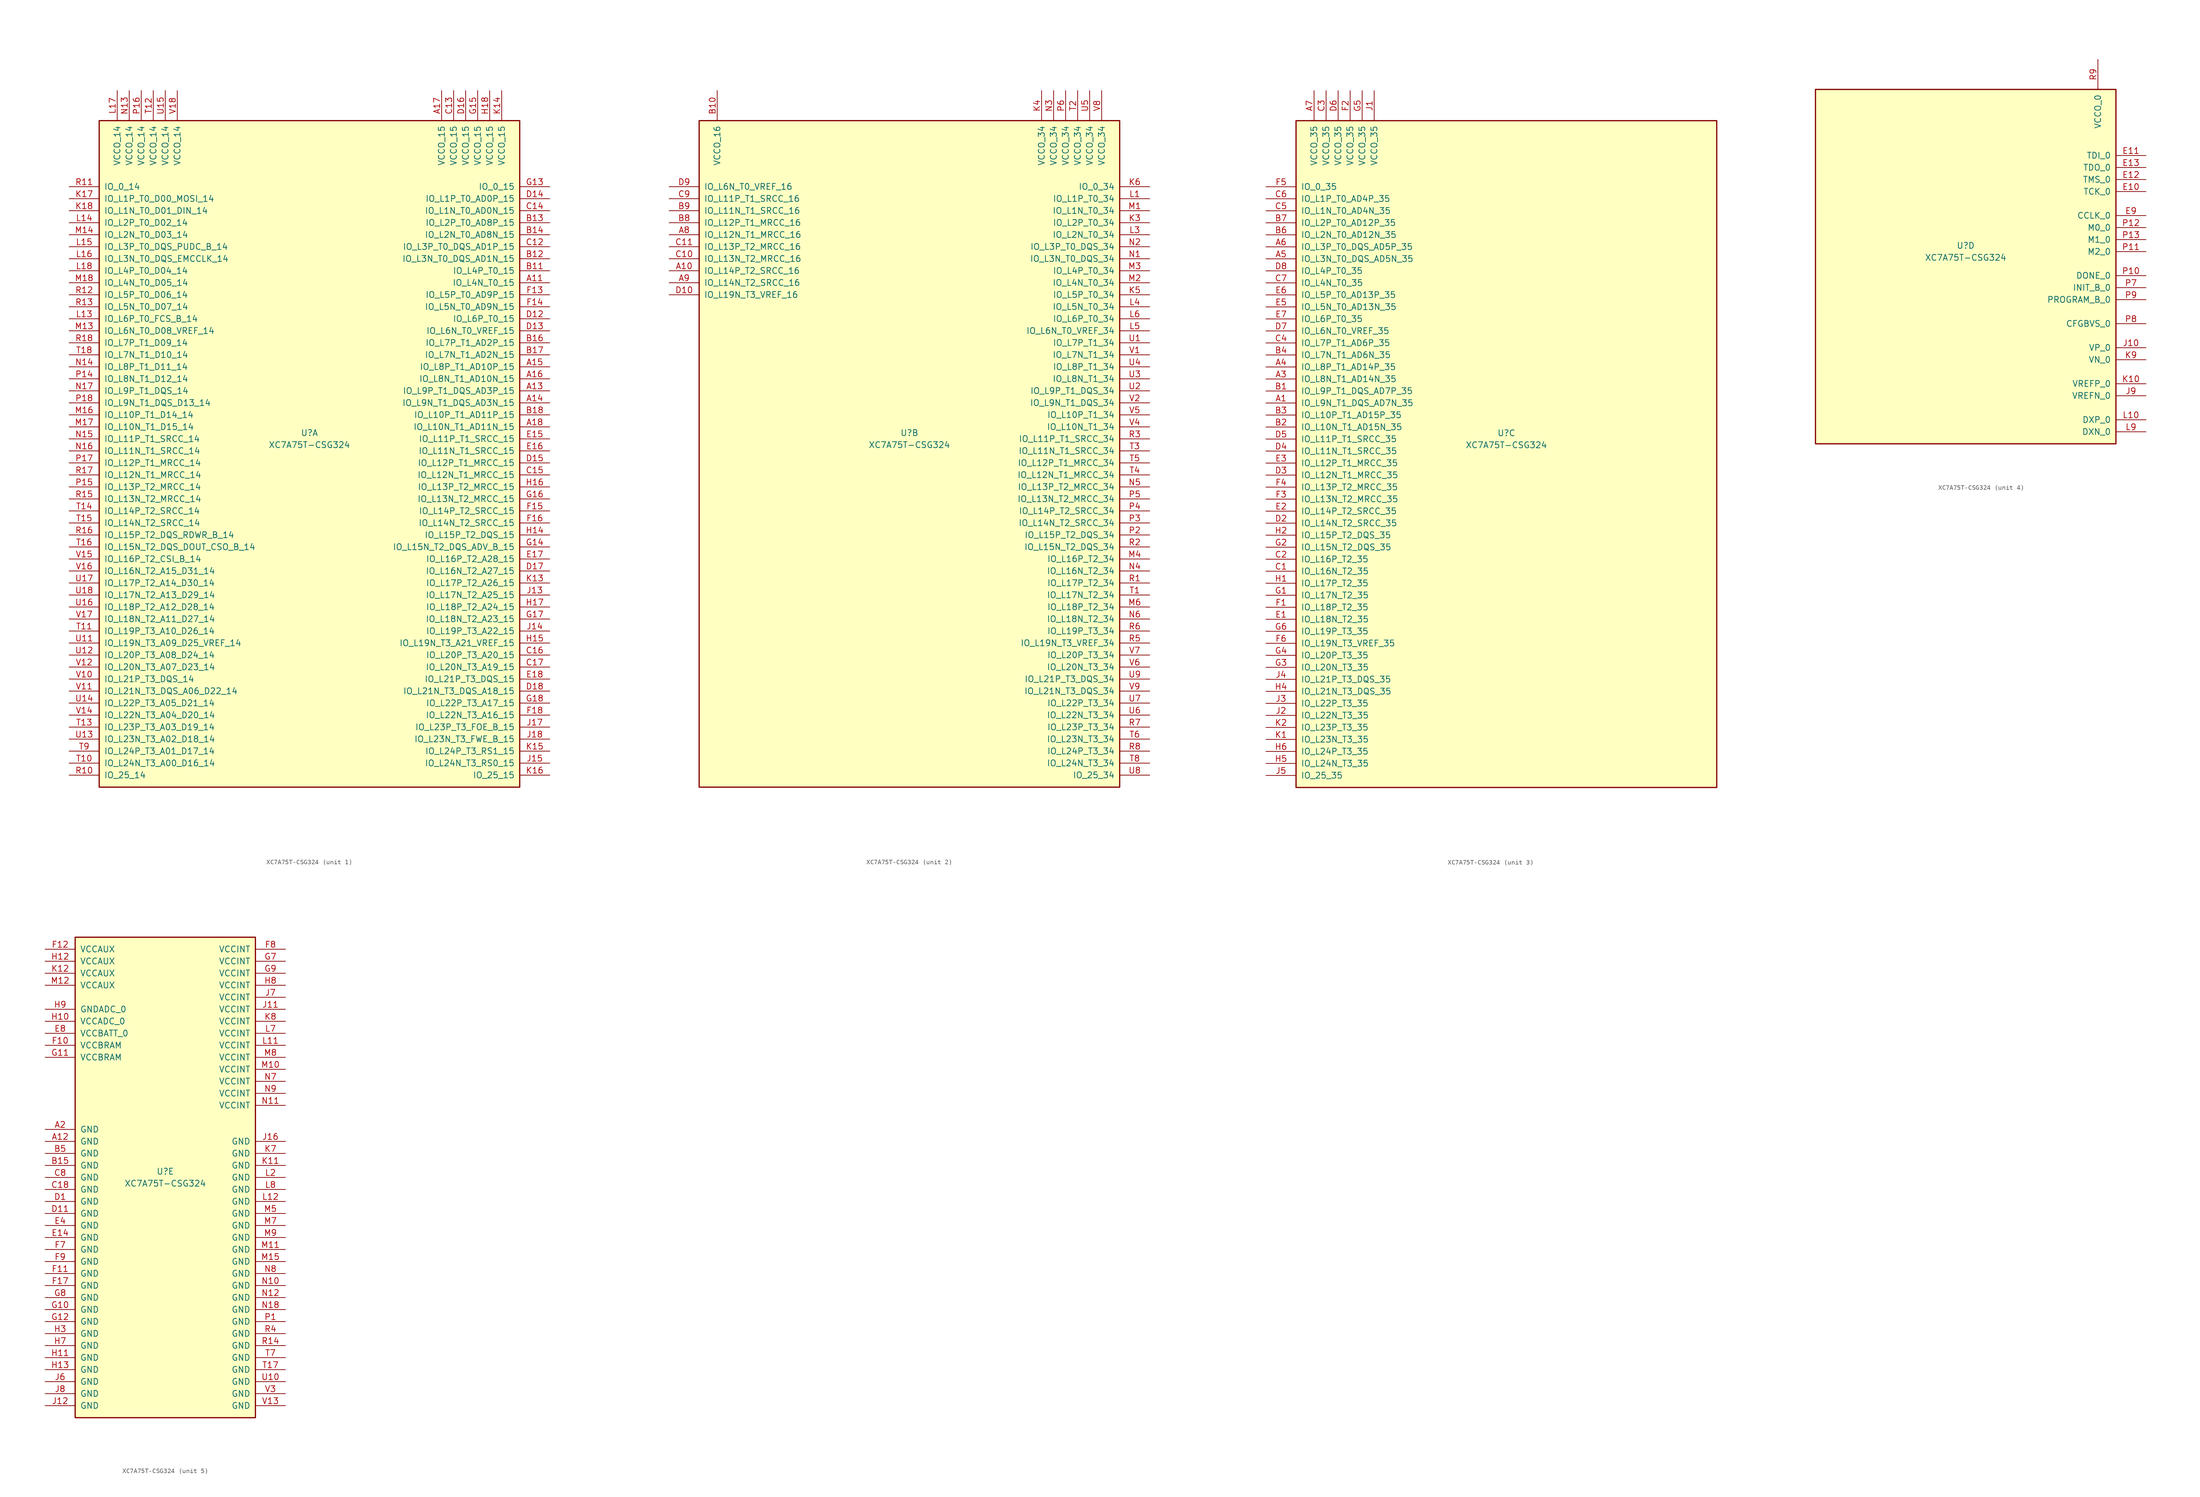
<source format=kicad_sym>
(kicad_symbol_lib
  (version 20231120)
  (generator "kicad_symbol_editor")
  (generator_version "8.0")
  (symbol "XC7A75T-CSG324"
    (pin_names
      (offset 1.016))
    (property "Reference" "U"
      (at 0 1.27 0)
      (effects (font (size 1.27 1.27))))
    (property "Value" "XC7A75T-CSG324"
      (at 0 -1.27 0)
      (effects (font (size 1.27 1.27))))
    (property "Datasheet" ""
      (at 0 0 0)
      (effects (font (size 1.27 1.27))))
    (property "ki_locked" ""
      (at 0 0 0)
      (effects (font (size 1.27 1.27))))
    (symbol "XC7A75T-CSG324_1_1"
      (rectangle (start -44.45 67.31) (end 44.45 -73.66) (stroke (width 0.254) (type solid)) (fill (type background)))
      (pin bidirectional line (at 50.8 33.02 180) (length 6.35) (name "IO_L4N_T0_15" (effects (font (size 1.27 1.27)))) (number "A11" (effects (font (size 1.27 1.27)))))
      (pin bidirectional line (at 50.8 10.16 180) (length 6.35) (name "IO_L9P_T1_DQS_AD3P_15" (effects (font (size 1.27 1.27)))) (number "A13" (effects (font (size 1.27 1.27)))))
      (pin bidirectional line (at 50.8 7.62 180) (length 6.35) (name "IO_L9N_T1_DQS_AD3N_15" (effects (font (size 1.27 1.27)))) (number "A14" (effects (font (size 1.27 1.27)))))
      (pin bidirectional line (at 50.8 15.24 180) (length 6.35) (name "IO_L8P_T1_AD10P_15" (effects (font (size 1.27 1.27)))) (number "A15" (effects (font (size 1.27 1.27)))))
      (pin bidirectional line (at 50.8 12.7 180) (length 6.35) (name "IO_L8N_T1_AD10N_15" (effects (font (size 1.27 1.27)))) (number "A16" (effects (font (size 1.27 1.27)))))
      (pin power_in line (at 27.94 73.66 270) (length 6.35) (name "VCCO_15" (effects (font (size 1.27 1.27)))) (number "A17" (effects (font (size 1.27 1.27)))))
      (pin bidirectional line (at 50.8 2.54 180) (length 6.35) (name "IO_L10N_T1_AD11N_15" (effects (font (size 1.27 1.27)))) (number "A18" (effects (font (size 1.27 1.27)))))
      (pin bidirectional line (at 50.8 35.56 180) (length 6.35) (name "IO_L4P_T0_15" (effects (font (size 1.27 1.27)))) (number "B11" (effects (font (size 1.27 1.27)))))
      (pin bidirectional line (at 50.8 38.1 180) (length 6.35) (name "IO_L3N_T0_DQS_AD1N_15" (effects (font (size 1.27 1.27)))) (number "B12" (effects (font (size 1.27 1.27)))))
      (pin bidirectional line (at 50.8 45.72 180) (length 6.35) (name "IO_L2P_T0_AD8P_15" (effects (font (size 1.27 1.27)))) (number "B13" (effects (font (size 1.27 1.27)))))
      (pin bidirectional line (at 50.8 43.18 180) (length 6.35) (name "IO_L2N_T0_AD8N_15" (effects (font (size 1.27 1.27)))) (number "B14" (effects (font (size 1.27 1.27)))))
      (pin bidirectional line (at 50.8 20.32 180) (length 6.35) (name "IO_L7P_T1_AD2P_15" (effects (font (size 1.27 1.27)))) (number "B16" (effects (font (size 1.27 1.27)))))
      (pin bidirectional line (at 50.8 17.78 180) (length 6.35) (name "IO_L7N_T1_AD2N_15" (effects (font (size 1.27 1.27)))) (number "B17" (effects (font (size 1.27 1.27)))))
      (pin bidirectional line (at 50.8 5.08 180) (length 6.35) (name "IO_L10P_T1_AD11P_15" (effects (font (size 1.27 1.27)))) (number "B18" (effects (font (size 1.27 1.27)))))
      (pin bidirectional line (at 50.8 40.64 180) (length 6.35) (name "IO_L3P_T0_DQS_AD1P_15" (effects (font (size 1.27 1.27)))) (number "C12" (effects (font (size 1.27 1.27)))))
      (pin power_in line (at 30.48 73.66 270) (length 6.35) (name "VCCO_15" (effects (font (size 1.27 1.27)))) (number "C13" (effects (font (size 1.27 1.27)))))
      (pin bidirectional line (at 50.8 48.26 180) (length 6.35) (name "IO_L1N_T0_AD0N_15" (effects (font (size 1.27 1.27)))) (number "C14" (effects (font (size 1.27 1.27)))))
      (pin bidirectional line (at 50.8 -7.62 180) (length 6.35) (name "IO_L12N_T1_MRCC_15" (effects (font (size 1.27 1.27)))) (number "C15" (effects (font (size 1.27 1.27)))))
      (pin bidirectional line (at 50.8 -45.72 180) (length 6.35) (name "IO_L20P_T3_A20_15" (effects (font (size 1.27 1.27)))) (number "C16" (effects (font (size 1.27 1.27)))))
      (pin bidirectional line (at 50.8 -48.26 180) (length 6.35) (name "IO_L20N_T3_A19_15" (effects (font (size 1.27 1.27)))) (number "C17" (effects (font (size 1.27 1.27)))))
      (pin bidirectional line (at 50.8 25.4 180) (length 6.35) (name "IO_L6P_T0_15" (effects (font (size 1.27 1.27)))) (number "D12" (effects (font (size 1.27 1.27)))))
      (pin bidirectional line (at 50.8 22.86 180) (length 6.35) (name "IO_L6N_T0_VREF_15" (effects (font (size 1.27 1.27)))) (number "D13" (effects (font (size 1.27 1.27)))))
      (pin bidirectional line (at 50.8 50.8 180) (length 6.35) (name "IO_L1P_T0_AD0P_15" (effects (font (size 1.27 1.27)))) (number "D14" (effects (font (size 1.27 1.27)))))
      (pin bidirectional line (at 50.8 -5.08 180) (length 6.35) (name "IO_L12P_T1_MRCC_15" (effects (font (size 1.27 1.27)))) (number "D15" (effects (font (size 1.27 1.27)))))
      (pin power_in line (at 33.02 73.66 270) (length 6.35) (name "VCCO_15" (effects (font (size 1.27 1.27)))) (number "D16" (effects (font (size 1.27 1.27)))))
      (pin bidirectional line (at 50.8 -27.94 180) (length 6.35) (name "IO_L16N_T2_A27_15" (effects (font (size 1.27 1.27)))) (number "D17" (effects (font (size 1.27 1.27)))))
      (pin bidirectional line (at 50.8 -53.34 180) (length 6.35) (name "IO_L21N_T3_DQS_A18_15" (effects (font (size 1.27 1.27)))) (number "D18" (effects (font (size 1.27 1.27)))))
      (pin bidirectional line (at 50.8 0 180) (length 6.35) (name "IO_L11P_T1_SRCC_15" (effects (font (size 1.27 1.27)))) (number "E15" (effects (font (size 1.27 1.27)))))
      (pin bidirectional line (at 50.8 -2.54 180) (length 6.35) (name "IO_L11N_T1_SRCC_15" (effects (font (size 1.27 1.27)))) (number "E16" (effects (font (size 1.27 1.27)))))
      (pin bidirectional line (at 50.8 -25.4 180) (length 6.35) (name "IO_L16P_T2_A28_15" (effects (font (size 1.27 1.27)))) (number "E17" (effects (font (size 1.27 1.27)))))
      (pin bidirectional line (at 50.8 -50.8 180) (length 6.35) (name "IO_L21P_T3_DQS_15" (effects (font (size 1.27 1.27)))) (number "E18" (effects (font (size 1.27 1.27)))))
      (pin bidirectional line (at 50.8 30.48 180) (length 6.35) (name "IO_L5P_T0_AD9P_15" (effects (font (size 1.27 1.27)))) (number "F13" (effects (font (size 1.27 1.27)))))
      (pin bidirectional line (at 50.8 27.94 180) (length 6.35) (name "IO_L5N_T0_AD9N_15" (effects (font (size 1.27 1.27)))) (number "F14" (effects (font (size 1.27 1.27)))))
      (pin bidirectional line (at 50.8 -15.24 180) (length 6.35) (name "IO_L14P_T2_SRCC_15" (effects (font (size 1.27 1.27)))) (number "F15" (effects (font (size 1.27 1.27)))))
      (pin bidirectional line (at 50.8 -17.78 180) (length 6.35) (name "IO_L14N_T2_SRCC_15" (effects (font (size 1.27 1.27)))) (number "F16" (effects (font (size 1.27 1.27)))))
      (pin bidirectional line (at 50.8 -58.42 180) (length 6.35) (name "IO_L22N_T3_A16_15" (effects (font (size 1.27 1.27)))) (number "F18" (effects (font (size 1.27 1.27)))))
      (pin bidirectional line (at 50.8 53.34 180) (length 6.35) (name "IO_0_15" (effects (font (size 1.27 1.27)))) (number "G13" (effects (font (size 1.27 1.27)))))
      (pin bidirectional line (at 50.8 -22.86 180) (length 6.35) (name "IO_L15N_T2_DQS_ADV_B_15" (effects (font (size 1.27 1.27)))) (number "G14" (effects (font (size 1.27 1.27)))))
      (pin power_in line (at 35.56 73.66 270) (length 6.35) (name "VCCO_15" (effects (font (size 1.27 1.27)))) (number "G15" (effects (font (size 1.27 1.27)))))
      (pin bidirectional line (at 50.8 -12.7 180) (length 6.35) (name "IO_L13N_T2_MRCC_15" (effects (font (size 1.27 1.27)))) (number "G16" (effects (font (size 1.27 1.27)))))
      (pin bidirectional line (at 50.8 -38.1 180) (length 6.35) (name "IO_L18N_T2_A23_15" (effects (font (size 1.27 1.27)))) (number "G17" (effects (font (size 1.27 1.27)))))
      (pin bidirectional line (at 50.8 -55.88 180) (length 6.35) (name "IO_L22P_T3_A17_15" (effects (font (size 1.27 1.27)))) (number "G18" (effects (font (size 1.27 1.27)))))
      (pin bidirectional line (at 50.8 -20.32 180) (length 6.35) (name "IO_L15P_T2_DQS_15" (effects (font (size 1.27 1.27)))) (number "H14" (effects (font (size 1.27 1.27)))))
      (pin bidirectional line (at 50.8 -43.18 180) (length 6.35) (name "IO_L19N_T3_A21_VREF_15" (effects (font (size 1.27 1.27)))) (number "H15" (effects (font (size 1.27 1.27)))))
      (pin bidirectional line (at 50.8 -10.16 180) (length 6.35) (name "IO_L13P_T2_MRCC_15" (effects (font (size 1.27 1.27)))) (number "H16" (effects (font (size 1.27 1.27)))))
      (pin bidirectional line (at 50.8 -35.56 180) (length 6.35) (name "IO_L18P_T2_A24_15" (effects (font (size 1.27 1.27)))) (number "H17" (effects (font (size 1.27 1.27)))))
      (pin power_in line (at 38.1 73.66 270) (length 6.35) (name "VCCO_15" (effects (font (size 1.27 1.27)))) (number "H18" (effects (font (size 1.27 1.27)))))
      (pin bidirectional line (at 50.8 -33.02 180) (length 6.35) (name "IO_L17N_T2_A25_15" (effects (font (size 1.27 1.27)))) (number "J13" (effects (font (size 1.27 1.27)))))
      (pin bidirectional line (at 50.8 -40.64 180) (length 6.35) (name "IO_L19P_T3_A22_15" (effects (font (size 1.27 1.27)))) (number "J14" (effects (font (size 1.27 1.27)))))
      (pin bidirectional line (at 50.8 -68.58 180) (length 6.35) (name "IO_L24N_T3_RS0_15" (effects (font (size 1.27 1.27)))) (number "J15" (effects (font (size 1.27 1.27)))))
      (pin bidirectional line (at 50.8 -60.96 180) (length 6.35) (name "IO_L23P_T3_FOE_B_15" (effects (font (size 1.27 1.27)))) (number "J17" (effects (font (size 1.27 1.27)))))
      (pin bidirectional line (at 50.8 -63.5 180) (length 6.35) (name "IO_L23N_T3_FWE_B_15" (effects (font (size 1.27 1.27)))) (number "J18" (effects (font (size 1.27 1.27)))))
      (pin bidirectional line (at 50.8 -30.48 180) (length 6.35) (name "IO_L17P_T2_A26_15" (effects (font (size 1.27 1.27)))) (number "K13" (effects (font (size 1.27 1.27)))))
      (pin power_in line (at 40.64 73.66 270) (length 6.35) (name "VCCO_15" (effects (font (size 1.27 1.27)))) (number "K14" (effects (font (size 1.27 1.27)))))
      (pin bidirectional line (at 50.8 -66.04 180) (length 6.35) (name "IO_L24P_T3_RS1_15" (effects (font (size 1.27 1.27)))) (number "K15" (effects (font (size 1.27 1.27)))))
      (pin bidirectional line (at 50.8 -71.12 180) (length 6.35) (name "IO_25_15" (effects (font (size 1.27 1.27)))) (number "K16" (effects (font (size 1.27 1.27)))))
      (pin bidirectional line (at -50.8 50.8 0) (length 6.35) (name "IO_L1P_T0_D00_MOSI_14" (effects (font (size 1.27 1.27)))) (number "K17" (effects (font (size 1.27 1.27)))))
      (pin bidirectional line (at -50.8 48.26 0) (length 6.35) (name "IO_L1N_T0_D01_DIN_14" (effects (font (size 1.27 1.27)))) (number "K18" (effects (font (size 1.27 1.27)))))
      (pin bidirectional line (at -50.8 25.4 0) (length 6.35) (name "IO_L6P_T0_FCS_B_14" (effects (font (size 1.27 1.27)))) (number "L13" (effects (font (size 1.27 1.27)))))
      (pin bidirectional line (at -50.8 45.72 0) (length 6.35) (name "IO_L2P_T0_D02_14" (effects (font (size 1.27 1.27)))) (number "L14" (effects (font (size 1.27 1.27)))))
      (pin bidirectional line (at -50.8 40.64 0) (length 6.35) (name "IO_L3P_T0_DQS_PUDC_B_14" (effects (font (size 1.27 1.27)))) (number "L15" (effects (font (size 1.27 1.27)))))
      (pin bidirectional line (at -50.8 38.1 0) (length 6.35) (name "IO_L3N_T0_DQS_EMCCLK_14" (effects (font (size 1.27 1.27)))) (number "L16" (effects (font (size 1.27 1.27)))))
      (pin power_in line (at -40.64 73.66 270) (length 6.35) (name "VCCO_14" (effects (font (size 1.27 1.27)))) (number "L17" (effects (font (size 1.27 1.27)))))
      (pin bidirectional line (at -50.8 35.56 0) (length 6.35) (name "IO_L4P_T0_D04_14" (effects (font (size 1.27 1.27)))) (number "L18" (effects (font (size 1.27 1.27)))))
      (pin bidirectional line (at -50.8 22.86 0) (length 6.35) (name "IO_L6N_T0_D08_VREF_14" (effects (font (size 1.27 1.27)))) (number "M13" (effects (font (size 1.27 1.27)))))
      (pin bidirectional line (at -50.8 43.18 0) (length 6.35) (name "IO_L2N_T0_D03_14" (effects (font (size 1.27 1.27)))) (number "M14" (effects (font (size 1.27 1.27)))))
      (pin bidirectional line (at -50.8 5.08 0) (length 6.35) (name "IO_L10P_T1_D14_14" (effects (font (size 1.27 1.27)))) (number "M16" (effects (font (size 1.27 1.27)))))
      (pin bidirectional line (at -50.8 2.54 0) (length 6.35) (name "IO_L10N_T1_D15_14" (effects (font (size 1.27 1.27)))) (number "M17" (effects (font (size 1.27 1.27)))))
      (pin bidirectional line (at -50.8 33.02 0) (length 6.35) (name "IO_L4N_T0_D05_14" (effects (font (size 1.27 1.27)))) (number "M18" (effects (font (size 1.27 1.27)))))
      (pin power_in line (at -38.1 73.66 270) (length 6.35) (name "VCCO_14" (effects (font (size 1.27 1.27)))) (number "N13" (effects (font (size 1.27 1.27)))))
      (pin bidirectional line (at -50.8 15.24 0) (length 6.35) (name "IO_L8P_T1_D11_14" (effects (font (size 1.27 1.27)))) (number "N14" (effects (font (size 1.27 1.27)))))
      (pin bidirectional line (at -50.8 0 0) (length 6.35) (name "IO_L11P_T1_SRCC_14" (effects (font (size 1.27 1.27)))) (number "N15" (effects (font (size 1.27 1.27)))))
      (pin bidirectional line (at -50.8 -2.54 0) (length 6.35) (name "IO_L11N_T1_SRCC_14" (effects (font (size 1.27 1.27)))) (number "N16" (effects (font (size 1.27 1.27)))))
      (pin bidirectional line (at -50.8 10.16 0) (length 6.35) (name "IO_L9P_T1_DQS_14" (effects (font (size 1.27 1.27)))) (number "N17" (effects (font (size 1.27 1.27)))))
      (pin bidirectional line (at -50.8 12.7 0) (length 6.35) (name "IO_L8N_T1_D12_14" (effects (font (size 1.27 1.27)))) (number "P14" (effects (font (size 1.27 1.27)))))
      (pin bidirectional line (at -50.8 -10.16 0) (length 6.35) (name "IO_L13P_T2_MRCC_14" (effects (font (size 1.27 1.27)))) (number "P15" (effects (font (size 1.27 1.27)))))
      (pin power_in line (at -35.56 73.66 270) (length 6.35) (name "VCCO_14" (effects (font (size 1.27 1.27)))) (number "P16" (effects (font (size 1.27 1.27)))))
      (pin bidirectional line (at -50.8 -5.08 0) (length 6.35) (name "IO_L12P_T1_MRCC_14" (effects (font (size 1.27 1.27)))) (number "P17" (effects (font (size 1.27 1.27)))))
      (pin bidirectional line (at -50.8 7.62 0) (length 6.35) (name "IO_L9N_T1_DQS_D13_14" (effects (font (size 1.27 1.27)))) (number "P18" (effects (font (size 1.27 1.27)))))
      (pin bidirectional line (at -50.8 -71.12 0) (length 6.35) (name "IO_25_14" (effects (font (size 1.27 1.27)))) (number "R10" (effects (font (size 1.27 1.27)))))
      (pin bidirectional line (at -50.8 53.34 0) (length 6.35) (name "IO_0_14" (effects (font (size 1.27 1.27)))) (number "R11" (effects (font (size 1.27 1.27)))))
      (pin bidirectional line (at -50.8 30.48 0) (length 6.35) (name "IO_L5P_T0_D06_14" (effects (font (size 1.27 1.27)))) (number "R12" (effects (font (size 1.27 1.27)))))
      (pin bidirectional line (at -50.8 27.94 0) (length 6.35) (name "IO_L5N_T0_D07_14" (effects (font (size 1.27 1.27)))) (number "R13" (effects (font (size 1.27 1.27)))))
      (pin bidirectional line (at -50.8 -12.7 0) (length 6.35) (name "IO_L13N_T2_MRCC_14" (effects (font (size 1.27 1.27)))) (number "R15" (effects (font (size 1.27 1.27)))))
      (pin bidirectional line (at -50.8 -20.32 0) (length 6.35) (name "IO_L15P_T2_DQS_RDWR_B_14" (effects (font (size 1.27 1.27)))) (number "R16" (effects (font (size 1.27 1.27)))))
      (pin bidirectional line (at -50.8 -7.62 0) (length 6.35) (name "IO_L12N_T1_MRCC_14" (effects (font (size 1.27 1.27)))) (number "R17" (effects (font (size 1.27 1.27)))))
      (pin bidirectional line (at -50.8 20.32 0) (length 6.35) (name "IO_L7P_T1_D09_14" (effects (font (size 1.27 1.27)))) (number "R18" (effects (font (size 1.27 1.27)))))
      (pin bidirectional line (at -50.8 -68.58 0) (length 6.35) (name "IO_L24N_T3_A00_D16_14" (effects (font (size 1.27 1.27)))) (number "T10" (effects (font (size 1.27 1.27)))))
      (pin bidirectional line (at -50.8 -40.64 0) (length 6.35) (name "IO_L19P_T3_A10_D26_14" (effects (font (size 1.27 1.27)))) (number "T11" (effects (font (size 1.27 1.27)))))
      (pin power_in line (at -33.02 73.66 270) (length 6.35) (name "VCCO_14" (effects (font (size 1.27 1.27)))) (number "T12" (effects (font (size 1.27 1.27)))))
      (pin bidirectional line (at -50.8 -60.96 0) (length 6.35) (name "IO_L23P_T3_A03_D19_14" (effects (font (size 1.27 1.27)))) (number "T13" (effects (font (size 1.27 1.27)))))
      (pin bidirectional line (at -50.8 -15.24 0) (length 6.35) (name "IO_L14P_T2_SRCC_14" (effects (font (size 1.27 1.27)))) (number "T14" (effects (font (size 1.27 1.27)))))
      (pin bidirectional line (at -50.8 -17.78 0) (length 6.35) (name "IO_L14N_T2_SRCC_14" (effects (font (size 1.27 1.27)))) (number "T15" (effects (font (size 1.27 1.27)))))
      (pin bidirectional line (at -50.8 -22.86 0) (length 6.35) (name "IO_L15N_T2_DQS_DOUT_CSO_B_14" (effects (font (size 1.27 1.27)))) (number "T16" (effects (font (size 1.27 1.27)))))
      (pin bidirectional line (at -50.8 17.78 0) (length 6.35) (name "IO_L7N_T1_D10_14" (effects (font (size 1.27 1.27)))) (number "T18" (effects (font (size 1.27 1.27)))))
      (pin bidirectional line (at -50.8 -66.04 0) (length 6.35) (name "IO_L24P_T3_A01_D17_14" (effects (font (size 1.27 1.27)))) (number "T9" (effects (font (size 1.27 1.27)))))
      (pin bidirectional line (at -50.8 -43.18 0) (length 6.35) (name "IO_L19N_T3_A09_D25_VREF_14" (effects (font (size 1.27 1.27)))) (number "U11" (effects (font (size 1.27 1.27)))))
      (pin bidirectional line (at -50.8 -45.72 0) (length 6.35) (name "IO_L20P_T3_A08_D24_14" (effects (font (size 1.27 1.27)))) (number "U12" (effects (font (size 1.27 1.27)))))
      (pin bidirectional line (at -50.8 -63.5 0) (length 6.35) (name "IO_L23N_T3_A02_D18_14" (effects (font (size 1.27 1.27)))) (number "U13" (effects (font (size 1.27 1.27)))))
      (pin bidirectional line (at -50.8 -55.88 0) (length 6.35) (name "IO_L22P_T3_A05_D21_14" (effects (font (size 1.27 1.27)))) (number "U14" (effects (font (size 1.27 1.27)))))
      (pin power_in line (at -30.48 73.66 270) (length 6.35) (name "VCCO_14" (effects (font (size 1.27 1.27)))) (number "U15" (effects (font (size 1.27 1.27)))))
      (pin bidirectional line (at -50.8 -35.56 0) (length 6.35) (name "IO_L18P_T2_A12_D28_14" (effects (font (size 1.27 1.27)))) (number "U16" (effects (font (size 1.27 1.27)))))
      (pin bidirectional line (at -50.8 -30.48 0) (length 6.35) (name "IO_L17P_T2_A14_D30_14" (effects (font (size 1.27 1.27)))) (number "U17" (effects (font (size 1.27 1.27)))))
      (pin bidirectional line (at -50.8 -33.02 0) (length 6.35) (name "IO_L17N_T2_A13_D29_14" (effects (font (size 1.27 1.27)))) (number "U18" (effects (font (size 1.27 1.27)))))
      (pin bidirectional line (at -50.8 -50.8 0) (length 6.35) (name "IO_L21P_T3_DQS_14" (effects (font (size 1.27 1.27)))) (number "V10" (effects (font (size 1.27 1.27)))))
      (pin bidirectional line (at -50.8 -53.34 0) (length 6.35) (name "IO_L21N_T3_DQS_A06_D22_14" (effects (font (size 1.27 1.27)))) (number "V11" (effects (font (size 1.27 1.27)))))
      (pin bidirectional line (at -50.8 -48.26 0) (length 6.35) (name "IO_L20N_T3_A07_D23_14" (effects (font (size 1.27 1.27)))) (number "V12" (effects (font (size 1.27 1.27)))))
      (pin bidirectional line (at -50.8 -58.42 0) (length 6.35) (name "IO_L22N_T3_A04_D20_14" (effects (font (size 1.27 1.27)))) (number "V14" (effects (font (size 1.27 1.27)))))
      (pin bidirectional line (at -50.8 -25.4 0) (length 6.35) (name "IO_L16P_T2_CSI_B_14" (effects (font (size 1.27 1.27)))) (number "V15" (effects (font (size 1.27 1.27)))))
      (pin bidirectional line (at -50.8 -27.94 0) (length 6.35) (name "IO_L16N_T2_A15_D31_14" (effects (font (size 1.27 1.27)))) (number "V16" (effects (font (size 1.27 1.27)))))
      (pin bidirectional line (at -50.8 -38.1 0) (length 6.35) (name "IO_L18N_T2_A11_D27_14" (effects (font (size 1.27 1.27)))) (number "V17" (effects (font (size 1.27 1.27)))))
      (pin power_in line (at -27.94 73.66 270) (length 6.35) (name "VCCO_14" (effects (font (size 1.27 1.27)))) (number "V18" (effects (font (size 1.27 1.27))))))
    (symbol "XC7A75T-CSG324_2_1"
      (rectangle (start -44.45 67.31) (end 44.45 -73.66) (stroke (width 0.254) (type solid)) (fill (type background)))
      (pin bidirectional line (at -50.8 35.56 0) (length 6.35) (name "IO_L14P_T2_SRCC_16" (effects (font (size 1.27 1.27)))) (number "A10" (effects (font (size 1.27 1.27)))))
      (pin bidirectional line (at -50.8 43.18 0) (length 6.35) (name "IO_L12N_T1_MRCC_16" (effects (font (size 1.27 1.27)))) (number "A8" (effects (font (size 1.27 1.27)))))
      (pin bidirectional line (at -50.8 33.02 0) (length 6.35) (name "IO_L14N_T2_SRCC_16" (effects (font (size 1.27 1.27)))) (number "A9" (effects (font (size 1.27 1.27)))))
      (pin power_in line (at -40.64 73.66 270) (length 6.35) (name "VCCO_16" (effects (font (size 1.27 1.27)))) (number "B10" (effects (font (size 1.27 1.27)))))
      (pin bidirectional line (at -50.8 45.72 0) (length 6.35) (name "IO_L12P_T1_MRCC_16" (effects (font (size 1.27 1.27)))) (number "B8" (effects (font (size 1.27 1.27)))))
      (pin bidirectional line (at -50.8 48.26 0) (length 6.35) (name "IO_L11N_T1_SRCC_16" (effects (font (size 1.27 1.27)))) (number "B9" (effects (font (size 1.27 1.27)))))
      (pin bidirectional line (at -50.8 38.1 0) (length 6.35) (name "IO_L13N_T2_MRCC_16" (effects (font (size 1.27 1.27)))) (number "C10" (effects (font (size 1.27 1.27)))))
      (pin bidirectional line (at -50.8 40.64 0) (length 6.35) (name "IO_L13P_T2_MRCC_16" (effects (font (size 1.27 1.27)))) (number "C11" (effects (font (size 1.27 1.27)))))
      (pin bidirectional line (at -50.8 50.8 0) (length 6.35) (name "IO_L11P_T1_SRCC_16" (effects (font (size 1.27 1.27)))) (number "C9" (effects (font (size 1.27 1.27)))))
      (pin bidirectional line (at -50.8 30.48 0) (length 6.35) (name "IO_L19N_T3_VREF_16" (effects (font (size 1.27 1.27)))) (number "D10" (effects (font (size 1.27 1.27)))))
      (pin bidirectional line (at -50.8 53.34 0) (length 6.35) (name "IO_L6N_T0_VREF_16" (effects (font (size 1.27 1.27)))) (number "D9" (effects (font (size 1.27 1.27)))))
      (pin bidirectional line (at 50.8 45.72 180) (length 6.35) (name "IO_L2P_T0_34" (effects (font (size 1.27 1.27)))) (number "K3" (effects (font (size 1.27 1.27)))))
      (pin power_in line (at 27.94 73.66 270) (length 6.35) (name "VCCO_34" (effects (font (size 1.27 1.27)))) (number "K4" (effects (font (size 1.27 1.27)))))
      (pin bidirectional line (at 50.8 30.48 180) (length 6.35) (name "IO_L5P_T0_34" (effects (font (size 1.27 1.27)))) (number "K5" (effects (font (size 1.27 1.27)))))
      (pin bidirectional line (at 50.8 53.34 180) (length 6.35) (name "IO_0_34" (effects (font (size 1.27 1.27)))) (number "K6" (effects (font (size 1.27 1.27)))))
      (pin bidirectional line (at 50.8 50.8 180) (length 6.35) (name "IO_L1P_T0_34" (effects (font (size 1.27 1.27)))) (number "L1" (effects (font (size 1.27 1.27)))))
      (pin bidirectional line (at 50.8 43.18 180) (length 6.35) (name "IO_L2N_T0_34" (effects (font (size 1.27 1.27)))) (number "L3" (effects (font (size 1.27 1.27)))))
      (pin bidirectional line (at 50.8 27.94 180) (length 6.35) (name "IO_L5N_T0_34" (effects (font (size 1.27 1.27)))) (number "L4" (effects (font (size 1.27 1.27)))))
      (pin bidirectional line (at 50.8 22.86 180) (length 6.35) (name "IO_L6N_T0_VREF_34" (effects (font (size 1.27 1.27)))) (number "L5" (effects (font (size 1.27 1.27)))))
      (pin bidirectional line (at 50.8 25.4 180) (length 6.35) (name "IO_L6P_T0_34" (effects (font (size 1.27 1.27)))) (number "L6" (effects (font (size 1.27 1.27)))))
      (pin bidirectional line (at 50.8 48.26 180) (length 6.35) (name "IO_L1N_T0_34" (effects (font (size 1.27 1.27)))) (number "M1" (effects (font (size 1.27 1.27)))))
      (pin bidirectional line (at 50.8 33.02 180) (length 6.35) (name "IO_L4N_T0_34" (effects (font (size 1.27 1.27)))) (number "M2" (effects (font (size 1.27 1.27)))))
      (pin bidirectional line (at 50.8 35.56 180) (length 6.35) (name "IO_L4P_T0_34" (effects (font (size 1.27 1.27)))) (number "M3" (effects (font (size 1.27 1.27)))))
      (pin bidirectional line (at 50.8 -25.4 180) (length 6.35) (name "IO_L16P_T2_34" (effects (font (size 1.27 1.27)))) (number "M4" (effects (font (size 1.27 1.27)))))
      (pin bidirectional line (at 50.8 -35.56 180) (length 6.35) (name "IO_L18P_T2_34" (effects (font (size 1.27 1.27)))) (number "M6" (effects (font (size 1.27 1.27)))))
      (pin bidirectional line (at 50.8 38.1 180) (length 6.35) (name "IO_L3N_T0_DQS_34" (effects (font (size 1.27 1.27)))) (number "N1" (effects (font (size 1.27 1.27)))))
      (pin bidirectional line (at 50.8 40.64 180) (length 6.35) (name "IO_L3P_T0_DQS_34" (effects (font (size 1.27 1.27)))) (number "N2" (effects (font (size 1.27 1.27)))))
      (pin power_in line (at 30.48 73.66 270) (length 6.35) (name "VCCO_34" (effects (font (size 1.27 1.27)))) (number "N3" (effects (font (size 1.27 1.27)))))
      (pin bidirectional line (at 50.8 -27.94 180) (length 6.35) (name "IO_L16N_T2_34" (effects (font (size 1.27 1.27)))) (number "N4" (effects (font (size 1.27 1.27)))))
      (pin bidirectional line (at 50.8 -10.16 180) (length 6.35) (name "IO_L13P_T2_MRCC_34" (effects (font (size 1.27 1.27)))) (number "N5" (effects (font (size 1.27 1.27)))))
      (pin bidirectional line (at 50.8 -38.1 180) (length 6.35) (name "IO_L18N_T2_34" (effects (font (size 1.27 1.27)))) (number "N6" (effects (font (size 1.27 1.27)))))
      (pin bidirectional line (at 50.8 -20.32 180) (length 6.35) (name "IO_L15P_T2_DQS_34" (effects (font (size 1.27 1.27)))) (number "P2" (effects (font (size 1.27 1.27)))))
      (pin bidirectional line (at 50.8 -17.78 180) (length 6.35) (name "IO_L14N_T2_SRCC_34" (effects (font (size 1.27 1.27)))) (number "P3" (effects (font (size 1.27 1.27)))))
      (pin bidirectional line (at 50.8 -15.24 180) (length 6.35) (name "IO_L14P_T2_SRCC_34" (effects (font (size 1.27 1.27)))) (number "P4" (effects (font (size 1.27 1.27)))))
      (pin bidirectional line (at 50.8 -12.7 180) (length 6.35) (name "IO_L13N_T2_MRCC_34" (effects (font (size 1.27 1.27)))) (number "P5" (effects (font (size 1.27 1.27)))))
      (pin power_in line (at 33.02 73.66 270) (length 6.35) (name "VCCO_34" (effects (font (size 1.27 1.27)))) (number "P6" (effects (font (size 1.27 1.27)))))
      (pin bidirectional line (at 50.8 -30.48 180) (length 6.35) (name "IO_L17P_T2_34" (effects (font (size 1.27 1.27)))) (number "R1" (effects (font (size 1.27 1.27)))))
      (pin bidirectional line (at 50.8 -22.86 180) (length 6.35) (name "IO_L15N_T2_DQS_34" (effects (font (size 1.27 1.27)))) (number "R2" (effects (font (size 1.27 1.27)))))
      (pin bidirectional line (at 50.8 0 180) (length 6.35) (name "IO_L11P_T1_SRCC_34" (effects (font (size 1.27 1.27)))) (number "R3" (effects (font (size 1.27 1.27)))))
      (pin bidirectional line (at 50.8 -43.18 180) (length 6.35) (name "IO_L19N_T3_VREF_34" (effects (font (size 1.27 1.27)))) (number "R5" (effects (font (size 1.27 1.27)))))
      (pin bidirectional line (at 50.8 -40.64 180) (length 6.35) (name "IO_L19P_T3_34" (effects (font (size 1.27 1.27)))) (number "R6" (effects (font (size 1.27 1.27)))))
      (pin bidirectional line (at 50.8 -60.96 180) (length 6.35) (name "IO_L23P_T3_34" (effects (font (size 1.27 1.27)))) (number "R7" (effects (font (size 1.27 1.27)))))
      (pin bidirectional line (at 50.8 -66.04 180) (length 6.35) (name "IO_L24P_T3_34" (effects (font (size 1.27 1.27)))) (number "R8" (effects (font (size 1.27 1.27)))))
      (pin bidirectional line (at 50.8 -33.02 180) (length 6.35) (name "IO_L17N_T2_34" (effects (font (size 1.27 1.27)))) (number "T1" (effects (font (size 1.27 1.27)))))
      (pin power_in line (at 35.56 73.66 270) (length 6.35) (name "VCCO_34" (effects (font (size 1.27 1.27)))) (number "T2" (effects (font (size 1.27 1.27)))))
      (pin bidirectional line (at 50.8 -2.54 180) (length 6.35) (name "IO_L11N_T1_SRCC_34" (effects (font (size 1.27 1.27)))) (number "T3" (effects (font (size 1.27 1.27)))))
      (pin bidirectional line (at 50.8 -7.62 180) (length 6.35) (name "IO_L12N_T1_MRCC_34" (effects (font (size 1.27 1.27)))) (number "T4" (effects (font (size 1.27 1.27)))))
      (pin bidirectional line (at 50.8 -5.08 180) (length 6.35) (name "IO_L12P_T1_MRCC_34" (effects (font (size 1.27 1.27)))) (number "T5" (effects (font (size 1.27 1.27)))))
      (pin bidirectional line (at 50.8 -63.5 180) (length 6.35) (name "IO_L23N_T3_34" (effects (font (size 1.27 1.27)))) (number "T6" (effects (font (size 1.27 1.27)))))
      (pin bidirectional line (at 50.8 -68.58 180) (length 6.35) (name "IO_L24N_T3_34" (effects (font (size 1.27 1.27)))) (number "T8" (effects (font (size 1.27 1.27)))))
      (pin bidirectional line (at 50.8 20.32 180) (length 6.35) (name "IO_L7P_T1_34" (effects (font (size 1.27 1.27)))) (number "U1" (effects (font (size 1.27 1.27)))))
      (pin bidirectional line (at 50.8 10.16 180) (length 6.35) (name "IO_L9P_T1_DQS_34" (effects (font (size 1.27 1.27)))) (number "U2" (effects (font (size 1.27 1.27)))))
      (pin bidirectional line (at 50.8 12.7 180) (length 6.35) (name "IO_L8N_T1_34" (effects (font (size 1.27 1.27)))) (number "U3" (effects (font (size 1.27 1.27)))))
      (pin bidirectional line (at 50.8 15.24 180) (length 6.35) (name "IO_L8P_T1_34" (effects (font (size 1.27 1.27)))) (number "U4" (effects (font (size 1.27 1.27)))))
      (pin power_in line (at 38.1 73.66 270) (length 6.35) (name "VCCO_34" (effects (font (size 1.27 1.27)))) (number "U5" (effects (font (size 1.27 1.27)))))
      (pin bidirectional line (at 50.8 -58.42 180) (length 6.35) (name "IO_L22N_T3_34" (effects (font (size 1.27 1.27)))) (number "U6" (effects (font (size 1.27 1.27)))))
      (pin bidirectional line (at 50.8 -55.88 180) (length 6.35) (name "IO_L22P_T3_34" (effects (font (size 1.27 1.27)))) (number "U7" (effects (font (size 1.27 1.27)))))
      (pin bidirectional line (at 50.8 -71.12 180) (length 6.35) (name "IO_25_34" (effects (font (size 1.27 1.27)))) (number "U8" (effects (font (size 1.27 1.27)))))
      (pin bidirectional line (at 50.8 -50.8 180) (length 6.35) (name "IO_L21P_T3_DQS_34" (effects (font (size 1.27 1.27)))) (number "U9" (effects (font (size 1.27 1.27)))))
      (pin bidirectional line (at 50.8 17.78 180) (length 6.35) (name "IO_L7N_T1_34" (effects (font (size 1.27 1.27)))) (number "V1" (effects (font (size 1.27 1.27)))))
      (pin bidirectional line (at 50.8 7.62 180) (length 6.35) (name "IO_L9N_T1_DQS_34" (effects (font (size 1.27 1.27)))) (number "V2" (effects (font (size 1.27 1.27)))))
      (pin bidirectional line (at 50.8 2.54 180) (length 6.35) (name "IO_L10N_T1_34" (effects (font (size 1.27 1.27)))) (number "V4" (effects (font (size 1.27 1.27)))))
      (pin bidirectional line (at 50.8 5.08 180) (length 6.35) (name "IO_L10P_T1_34" (effects (font (size 1.27 1.27)))) (number "V5" (effects (font (size 1.27 1.27)))))
      (pin bidirectional line (at 50.8 -48.26 180) (length 6.35) (name "IO_L20N_T3_34" (effects (font (size 1.27 1.27)))) (number "V6" (effects (font (size 1.27 1.27)))))
      (pin bidirectional line (at 50.8 -45.72 180) (length 6.35) (name "IO_L20P_T3_34" (effects (font (size 1.27 1.27)))) (number "V7" (effects (font (size 1.27 1.27)))))
      (pin power_in line (at 40.64 73.66 270) (length 6.35) (name "VCCO_34" (effects (font (size 1.27 1.27)))) (number "V8" (effects (font (size 1.27 1.27)))))
      (pin bidirectional line (at 50.8 -53.34 180) (length 6.35) (name "IO_L21N_T3_DQS_34" (effects (font (size 1.27 1.27)))) (number "V9" (effects (font (size 1.27 1.27))))))
    (symbol "XC7A75T-CSG324_3_1"
      (rectangle (start -44.45 67.31) (end 44.45 -73.66) (stroke (width 0.254) (type solid)) (fill (type background)))
      (pin bidirectional line (at -50.8 7.62 0) (length 6.35) (name "IO_L9N_T1_DQS_AD7N_35" (effects (font (size 1.27 1.27)))) (number "A1" (effects (font (size 1.27 1.27)))))
      (pin bidirectional line (at -50.8 12.7 0) (length 6.35) (name "IO_L8N_T1_AD14N_35" (effects (font (size 1.27 1.27)))) (number "A3" (effects (font (size 1.27 1.27)))))
      (pin bidirectional line (at -50.8 15.24 0) (length 6.35) (name "IO_L8P_T1_AD14P_35" (effects (font (size 1.27 1.27)))) (number "A4" (effects (font (size 1.27 1.27)))))
      (pin bidirectional line (at -50.8 38.1 0) (length 6.35) (name "IO_L3N_T0_DQS_AD5N_35" (effects (font (size 1.27 1.27)))) (number "A5" (effects (font (size 1.27 1.27)))))
      (pin bidirectional line (at -50.8 40.64 0) (length 6.35) (name "IO_L3P_T0_DQS_AD5P_35" (effects (font (size 1.27 1.27)))) (number "A6" (effects (font (size 1.27 1.27)))))
      (pin power_in line (at -40.64 73.66 270) (length 6.35) (name "VCCO_35" (effects (font (size 1.27 1.27)))) (number "A7" (effects (font (size 1.27 1.27)))))
      (pin bidirectional line (at -50.8 10.16 0) (length 6.35) (name "IO_L9P_T1_DQS_AD7P_35" (effects (font (size 1.27 1.27)))) (number "B1" (effects (font (size 1.27 1.27)))))
      (pin bidirectional line (at -50.8 2.54 0) (length 6.35) (name "IO_L10N_T1_AD15N_35" (effects (font (size 1.27 1.27)))) (number "B2" (effects (font (size 1.27 1.27)))))
      (pin bidirectional line (at -50.8 5.08 0) (length 6.35) (name "IO_L10P_T1_AD15P_35" (effects (font (size 1.27 1.27)))) (number "B3" (effects (font (size 1.27 1.27)))))
      (pin bidirectional line (at -50.8 17.78 0) (length 6.35) (name "IO_L7N_T1_AD6N_35" (effects (font (size 1.27 1.27)))) (number "B4" (effects (font (size 1.27 1.27)))))
      (pin bidirectional line (at -50.8 43.18 0) (length 6.35) (name "IO_L2N_T0_AD12N_35" (effects (font (size 1.27 1.27)))) (number "B6" (effects (font (size 1.27 1.27)))))
      (pin bidirectional line (at -50.8 45.72 0) (length 6.35) (name "IO_L2P_T0_AD12P_35" (effects (font (size 1.27 1.27)))) (number "B7" (effects (font (size 1.27 1.27)))))
      (pin bidirectional line (at -50.8 -27.94 0) (length 6.35) (name "IO_L16N_T2_35" (effects (font (size 1.27 1.27)))) (number "C1" (effects (font (size 1.27 1.27)))))
      (pin bidirectional line (at -50.8 -25.4 0) (length 6.35) (name "IO_L16P_T2_35" (effects (font (size 1.27 1.27)))) (number "C2" (effects (font (size 1.27 1.27)))))
      (pin power_in line (at -38.1 73.66 270) (length 6.35) (name "VCCO_35" (effects (font (size 1.27 1.27)))) (number "C3" (effects (font (size 1.27 1.27)))))
      (pin bidirectional line (at -50.8 20.32 0) (length 6.35) (name "IO_L7P_T1_AD6P_35" (effects (font (size 1.27 1.27)))) (number "C4" (effects (font (size 1.27 1.27)))))
      (pin bidirectional line (at -50.8 48.26 0) (length 6.35) (name "IO_L1N_T0_AD4N_35" (effects (font (size 1.27 1.27)))) (number "C5" (effects (font (size 1.27 1.27)))))
      (pin bidirectional line (at -50.8 50.8 0) (length 6.35) (name "IO_L1P_T0_AD4P_35" (effects (font (size 1.27 1.27)))) (number "C6" (effects (font (size 1.27 1.27)))))
      (pin bidirectional line (at -50.8 33.02 0) (length 6.35) (name "IO_L4N_T0_35" (effects (font (size 1.27 1.27)))) (number "C7" (effects (font (size 1.27 1.27)))))
      (pin bidirectional line (at -50.8 -17.78 0) (length 6.35) (name "IO_L14N_T2_SRCC_35" (effects (font (size 1.27 1.27)))) (number "D2" (effects (font (size 1.27 1.27)))))
      (pin bidirectional line (at -50.8 -7.62 0) (length 6.35) (name "IO_L12N_T1_MRCC_35" (effects (font (size 1.27 1.27)))) (number "D3" (effects (font (size 1.27 1.27)))))
      (pin bidirectional line (at -50.8 -2.54 0) (length 6.35) (name "IO_L11N_T1_SRCC_35" (effects (font (size 1.27 1.27)))) (number "D4" (effects (font (size 1.27 1.27)))))
      (pin bidirectional line (at -50.8 0 0) (length 6.35) (name "IO_L11P_T1_SRCC_35" (effects (font (size 1.27 1.27)))) (number "D5" (effects (font (size 1.27 1.27)))))
      (pin power_in line (at -35.56 73.66 270) (length 6.35) (name "VCCO_35" (effects (font (size 1.27 1.27)))) (number "D6" (effects (font (size 1.27 1.27)))))
      (pin bidirectional line (at -50.8 22.86 0) (length 6.35) (name "IO_L6N_T0_VREF_35" (effects (font (size 1.27 1.27)))) (number "D7" (effects (font (size 1.27 1.27)))))
      (pin bidirectional line (at -50.8 35.56 0) (length 6.35) (name "IO_L4P_T0_35" (effects (font (size 1.27 1.27)))) (number "D8" (effects (font (size 1.27 1.27)))))
      (pin bidirectional line (at -50.8 -38.1 0) (length 6.35) (name "IO_L18N_T2_35" (effects (font (size 1.27 1.27)))) (number "E1" (effects (font (size 1.27 1.27)))))
      (pin bidirectional line (at -50.8 -15.24 0) (length 6.35) (name "IO_L14P_T2_SRCC_35" (effects (font (size 1.27 1.27)))) (number "E2" (effects (font (size 1.27 1.27)))))
      (pin bidirectional line (at -50.8 -5.08 0) (length 6.35) (name "IO_L12P_T1_MRCC_35" (effects (font (size 1.27 1.27)))) (number "E3" (effects (font (size 1.27 1.27)))))
      (pin bidirectional line (at -50.8 27.94 0) (length 6.35) (name "IO_L5N_T0_AD13N_35" (effects (font (size 1.27 1.27)))) (number "E5" (effects (font (size 1.27 1.27)))))
      (pin bidirectional line (at -50.8 30.48 0) (length 6.35) (name "IO_L5P_T0_AD13P_35" (effects (font (size 1.27 1.27)))) (number "E6" (effects (font (size 1.27 1.27)))))
      (pin bidirectional line (at -50.8 25.4 0) (length 6.35) (name "IO_L6P_T0_35" (effects (font (size 1.27 1.27)))) (number "E7" (effects (font (size 1.27 1.27)))))
      (pin bidirectional line (at -50.8 -35.56 0) (length 6.35) (name "IO_L18P_T2_35" (effects (font (size 1.27 1.27)))) (number "F1" (effects (font (size 1.27 1.27)))))
      (pin power_in line (at -33.02 73.66 270) (length 6.35) (name "VCCO_35" (effects (font (size 1.27 1.27)))) (number "F2" (effects (font (size 1.27 1.27)))))
      (pin bidirectional line (at -50.8 -12.7 0) (length 6.35) (name "IO_L13N_T2_MRCC_35" (effects (font (size 1.27 1.27)))) (number "F3" (effects (font (size 1.27 1.27)))))
      (pin bidirectional line (at -50.8 -10.16 0) (length 6.35) (name "IO_L13P_T2_MRCC_35" (effects (font (size 1.27 1.27)))) (number "F4" (effects (font (size 1.27 1.27)))))
      (pin bidirectional line (at -50.8 53.34 0) (length 6.35) (name "IO_0_35" (effects (font (size 1.27 1.27)))) (number "F5" (effects (font (size 1.27 1.27)))))
      (pin bidirectional line (at -50.8 -43.18 0) (length 6.35) (name "IO_L19N_T3_VREF_35" (effects (font (size 1.27 1.27)))) (number "F6" (effects (font (size 1.27 1.27)))))
      (pin bidirectional line (at -50.8 -33.02 0) (length 6.35) (name "IO_L17N_T2_35" (effects (font (size 1.27 1.27)))) (number "G1" (effects (font (size 1.27 1.27)))))
      (pin bidirectional line (at -50.8 -22.86 0) (length 6.35) (name "IO_L15N_T2_DQS_35" (effects (font (size 1.27 1.27)))) (number "G2" (effects (font (size 1.27 1.27)))))
      (pin bidirectional line (at -50.8 -48.26 0) (length 6.35) (name "IO_L20N_T3_35" (effects (font (size 1.27 1.27)))) (number "G3" (effects (font (size 1.27 1.27)))))
      (pin bidirectional line (at -50.8 -45.72 0) (length 6.35) (name "IO_L20P_T3_35" (effects (font (size 1.27 1.27)))) (number "G4" (effects (font (size 1.27 1.27)))))
      (pin power_in line (at -30.48 73.66 270) (length 6.35) (name "VCCO_35" (effects (font (size 1.27 1.27)))) (number "G5" (effects (font (size 1.27 1.27)))))
      (pin bidirectional line (at -50.8 -40.64 0) (length 6.35) (name "IO_L19P_T3_35" (effects (font (size 1.27 1.27)))) (number "G6" (effects (font (size 1.27 1.27)))))
      (pin bidirectional line (at -50.8 -30.48 0) (length 6.35) (name "IO_L17P_T2_35" (effects (font (size 1.27 1.27)))) (number "H1" (effects (font (size 1.27 1.27)))))
      (pin bidirectional line (at -50.8 -20.32 0) (length 6.35) (name "IO_L15P_T2_DQS_35" (effects (font (size 1.27 1.27)))) (number "H2" (effects (font (size 1.27 1.27)))))
      (pin bidirectional line (at -50.8 -53.34 0) (length 6.35) (name "IO_L21N_T3_DQS_35" (effects (font (size 1.27 1.27)))) (number "H4" (effects (font (size 1.27 1.27)))))
      (pin bidirectional line (at -50.8 -68.58 0) (length 6.35) (name "IO_L24N_T3_35" (effects (font (size 1.27 1.27)))) (number "H5" (effects (font (size 1.27 1.27)))))
      (pin bidirectional line (at -50.8 -66.04 0) (length 6.35) (name "IO_L24P_T3_35" (effects (font (size 1.27 1.27)))) (number "H6" (effects (font (size 1.27 1.27)))))
      (pin power_in line (at -27.94 73.66 270) (length 6.35) (name "VCCO_35" (effects (font (size 1.27 1.27)))) (number "J1" (effects (font (size 1.27 1.27)))))
      (pin bidirectional line (at -50.8 -58.42 0) (length 6.35) (name "IO_L22N_T3_35" (effects (font (size 1.27 1.27)))) (number "J2" (effects (font (size 1.27 1.27)))))
      (pin bidirectional line (at -50.8 -55.88 0) (length 6.35) (name "IO_L22P_T3_35" (effects (font (size 1.27 1.27)))) (number "J3" (effects (font (size 1.27 1.27)))))
      (pin bidirectional line (at -50.8 -50.8 0) (length 6.35) (name "IO_L21P_T3_DQS_35" (effects (font (size 1.27 1.27)))) (number "J4" (effects (font (size 1.27 1.27)))))
      (pin bidirectional line (at -50.8 -71.12 0) (length 6.35) (name "IO_25_35" (effects (font (size 1.27 1.27)))) (number "J5" (effects (font (size 1.27 1.27)))))
      (pin bidirectional line (at -50.8 -63.5 0) (length 6.35) (name "IO_L23N_T3_35" (effects (font (size 1.27 1.27)))) (number "K1" (effects (font (size 1.27 1.27)))))
      (pin bidirectional line (at -50.8 -60.96 0) (length 6.35) (name "IO_L23P_T3_35" (effects (font (size 1.27 1.27)))) (number "K2" (effects (font (size 1.27 1.27))))))
    (symbol "XC7A75T-CSG324_4_1"
      (rectangle (start -31.75 34.29) (end 31.75 -40.64) (stroke (width 0.254) (type solid)) (fill (type background)))
      (pin bidirectional line (at 38.1 12.7 180) (length 6.35) (name "TCK_0" (effects (font (size 1.27 1.27)))) (number "E10" (effects (font (size 1.27 1.27)))))
      (pin bidirectional line (at 38.1 20.32 180) (length 6.35) (name "TDI_0" (effects (font (size 1.27 1.27)))) (number "E11" (effects (font (size 1.27 1.27)))))
      (pin bidirectional line (at 38.1 15.24 180) (length 6.35) (name "TMS_0" (effects (font (size 1.27 1.27)))) (number "E12" (effects (font (size 1.27 1.27)))))
      (pin bidirectional line (at 38.1 17.78 180) (length 6.35) (name "TDO_0" (effects (font (size 1.27 1.27)))) (number "E13" (effects (font (size 1.27 1.27)))))
      (pin bidirectional line (at 38.1 7.62 180) (length 6.35) (name "CCLK_0" (effects (font (size 1.27 1.27)))) (number "E9" (effects (font (size 1.27 1.27)))))
      (pin bidirectional line (at 38.1 -20.32 180) (length 6.35) (name "VP_0" (effects (font (size 1.27 1.27)))) (number "J10" (effects (font (size 1.27 1.27)))))
      (pin bidirectional line (at 38.1 -30.48 180) (length 6.35) (name "VREFN_0" (effects (font (size 1.27 1.27)))) (number "J9" (effects (font (size 1.27 1.27)))))
      (pin bidirectional line (at 38.1 -27.94 180) (length 6.35) (name "VREFP_0" (effects (font (size 1.27 1.27)))) (number "K10" (effects (font (size 1.27 1.27)))))
      (pin bidirectional line (at 38.1 -22.86 180) (length 6.35) (name "VN_0" (effects (font (size 1.27 1.27)))) (number "K9" (effects (font (size 1.27 1.27)))))
      (pin bidirectional line (at 38.1 -35.56 180) (length 6.35) (name "DXP_0" (effects (font (size 1.27 1.27)))) (number "L10" (effects (font (size 1.27 1.27)))))
      (pin bidirectional line (at 38.1 -38.1 180) (length 6.35) (name "DXN_0" (effects (font (size 1.27 1.27)))) (number "L9" (effects (font (size 1.27 1.27)))))
      (pin bidirectional line (at 38.1 -5.08 180) (length 6.35) (name "DONE_0" (effects (font (size 1.27 1.27)))) (number "P10" (effects (font (size 1.27 1.27)))))
      (pin bidirectional line (at 38.1 0 180) (length 6.35) (name "M2_0" (effects (font (size 1.27 1.27)))) (number "P11" (effects (font (size 1.27 1.27)))))
      (pin bidirectional line (at 38.1 5.08 180) (length 6.35) (name "M0_0" (effects (font (size 1.27 1.27)))) (number "P12" (effects (font (size 1.27 1.27)))))
      (pin bidirectional line (at 38.1 2.54 180) (length 6.35) (name "M1_0" (effects (font (size 1.27 1.27)))) (number "P13" (effects (font (size 1.27 1.27)))))
      (pin bidirectional line (at 38.1 -7.62 180) (length 6.35) (name "INIT_B_0" (effects (font (size 1.27 1.27)))) (number "P7" (effects (font (size 1.27 1.27)))))
      (pin bidirectional line (at 38.1 -15.24 180) (length 6.35) (name "CFGBVS_0" (effects (font (size 1.27 1.27)))) (number "P8" (effects (font (size 1.27 1.27)))))
      (pin bidirectional line (at 38.1 -10.16 180) (length 6.35) (name "PROGRAM_B_0" (effects (font (size 1.27 1.27)))) (number "P9" (effects (font (size 1.27 1.27)))))
      (pin power_in line (at 27.94 40.64 270) (length 6.35) (name "VCCO_0" (effects (font (size 1.27 1.27)))) (number "R9" (effects (font (size 1.27 1.27))))))
    (symbol "XC7A75T-CSG324_5_1"
      (rectangle (start -19.05 50.8) (end 19.05 -50.8) (stroke (width 0.254) (type solid)) (fill (type background)))
      (pin power_in line (at -25.4 7.62 0) (length 6.35) (name "GND" (effects (font (size 1.27 1.27)))) (number "A12" (effects (font (size 1.27 1.27)))))
      (pin power_in line (at -25.4 10.16 0) (length 6.35) (name "GND" (effects (font (size 1.27 1.27)))) (number "A2" (effects (font (size 1.27 1.27)))))
      (pin power_in line (at -25.4 2.54 0) (length 6.35) (name "GND" (effects (font (size 1.27 1.27)))) (number "B15" (effects (font (size 1.27 1.27)))))
      (pin power_in line (at -25.4 5.08 0) (length 6.35) (name "GND" (effects (font (size 1.27 1.27)))) (number "B5" (effects (font (size 1.27 1.27)))))
      (pin power_in line (at -25.4 -2.54 0) (length 6.35) (name "GND" (effects (font (size 1.27 1.27)))) (number "C18" (effects (font (size 1.27 1.27)))))
      (pin power_in line (at -25.4 0 0) (length 6.35) (name "GND" (effects (font (size 1.27 1.27)))) (number "C8" (effects (font (size 1.27 1.27)))))
      (pin power_in line (at -25.4 -5.08 0) (length 6.35) (name "GND" (effects (font (size 1.27 1.27)))) (number "D1" (effects (font (size 1.27 1.27)))))
      (pin power_in line (at -25.4 -7.62 0) (length 6.35) (name "GND" (effects (font (size 1.27 1.27)))) (number "D11" (effects (font (size 1.27 1.27)))))
      (pin power_in line (at -25.4 -12.7 0) (length 6.35) (name "GND" (effects (font (size 1.27 1.27)))) (number "E14" (effects (font (size 1.27 1.27)))))
      (pin power_in line (at -25.4 -10.16 0) (length 6.35) (name "GND" (effects (font (size 1.27 1.27)))) (number "E4" (effects (font (size 1.27 1.27)))))
      (pin power_in line (at -25.4 30.48 0) (length 6.35) (name "VCCBATT_0" (effects (font (size 1.27 1.27)))) (number "E8" (effects (font (size 1.27 1.27)))))
      (pin power_in line (at -25.4 27.94 0) (length 6.35) (name "VCCBRAM" (effects (font (size 1.27 1.27)))) (number "F10" (effects (font (size 1.27 1.27)))))
      (pin power_in line (at -25.4 -20.32 0) (length 6.35) (name "GND" (effects (font (size 1.27 1.27)))) (number "F11" (effects (font (size 1.27 1.27)))))
      (pin power_in line (at -25.4 48.26 0) (length 6.35) (name "VCCAUX" (effects (font (size 1.27 1.27)))) (number "F12" (effects (font (size 1.27 1.27)))))
      (pin power_in line (at -25.4 -22.86 0) (length 6.35) (name "GND" (effects (font (size 1.27 1.27)))) (number "F17" (effects (font (size 1.27 1.27)))))
      (pin power_in line (at -25.4 -15.24 0) (length 6.35) (name "GND" (effects (font (size 1.27 1.27)))) (number "F7" (effects (font (size 1.27 1.27)))))
      (pin power_in line (at 25.4 48.26 180) (length 6.35) (name "VCCINT" (effects (font (size 1.27 1.27)))) (number "F8" (effects (font (size 1.27 1.27)))))
      (pin power_in line (at -25.4 -17.78 0) (length 6.35) (name "GND" (effects (font (size 1.27 1.27)))) (number "F9" (effects (font (size 1.27 1.27)))))
      (pin power_in line (at -25.4 -27.94 0) (length 6.35) (name "GND" (effects (font (size 1.27 1.27)))) (number "G10" (effects (font (size 1.27 1.27)))))
      (pin power_in line (at -25.4 25.4 0) (length 6.35) (name "VCCBRAM" (effects (font (size 1.27 1.27)))) (number "G11" (effects (font (size 1.27 1.27)))))
      (pin power_in line (at -25.4 -30.48 0) (length 6.35) (name "GND" (effects (font (size 1.27 1.27)))) (number "G12" (effects (font (size 1.27 1.27)))))
      (pin power_in line (at 25.4 45.72 180) (length 6.35) (name "VCCINT" (effects (font (size 1.27 1.27)))) (number "G7" (effects (font (size 1.27 1.27)))))
      (pin power_in line (at -25.4 -25.4 0) (length 6.35) (name "GND" (effects (font (size 1.27 1.27)))) (number "G8" (effects (font (size 1.27 1.27)))))
      (pin power_in line (at 25.4 43.18 180) (length 6.35) (name "VCCINT" (effects (font (size 1.27 1.27)))) (number "G9" (effects (font (size 1.27 1.27)))))
      (pin power_in line (at -25.4 33.02 0) (length 6.35) (name "VCCADC_0" (effects (font (size 1.27 1.27)))) (number "H10" (effects (font (size 1.27 1.27)))))
      (pin power_in line (at -25.4 -38.1 0) (length 6.35) (name "GND" (effects (font (size 1.27 1.27)))) (number "H11" (effects (font (size 1.27 1.27)))))
      (pin power_in line (at -25.4 45.72 0) (length 6.35) (name "VCCAUX" (effects (font (size 1.27 1.27)))) (number "H12" (effects (font (size 1.27 1.27)))))
      (pin power_in line (at -25.4 -40.64 0) (length 6.35) (name "GND" (effects (font (size 1.27 1.27)))) (number "H13" (effects (font (size 1.27 1.27)))))
      (pin power_in line (at -25.4 -33.02 0) (length 6.35) (name "GND" (effects (font (size 1.27 1.27)))) (number "H3" (effects (font (size 1.27 1.27)))))
      (pin power_in line (at -25.4 -35.56 0) (length 6.35) (name "GND" (effects (font (size 1.27 1.27)))) (number "H7" (effects (font (size 1.27 1.27)))))
      (pin power_in line (at 25.4 40.64 180) (length 6.35) (name "VCCINT" (effects (font (size 1.27 1.27)))) (number "H8" (effects (font (size 1.27 1.27)))))
      (pin power_in line (at -25.4 35.56 0) (length 6.35) (name "GNDADC_0" (effects (font (size 1.27 1.27)))) (number "H9" (effects (font (size 1.27 1.27)))))
      (pin power_in line (at 25.4 35.56 180) (length 6.35) (name "VCCINT" (effects (font (size 1.27 1.27)))) (number "J11" (effects (font (size 1.27 1.27)))))
      (pin power_in line (at -25.4 -48.26 0) (length 6.35) (name "GND" (effects (font (size 1.27 1.27)))) (number "J12" (effects (font (size 1.27 1.27)))))
      (pin power_in line (at 25.4 7.62 180) (length 6.35) (name "GND" (effects (font (size 1.27 1.27)))) (number "J16" (effects (font (size 1.27 1.27)))))
      (pin power_in line (at -25.4 -43.18 0) (length 6.35) (name "GND" (effects (font (size 1.27 1.27)))) (number "J6" (effects (font (size 1.27 1.27)))))
      (pin power_in line (at 25.4 38.1 180) (length 6.35) (name "VCCINT" (effects (font (size 1.27 1.27)))) (number "J7" (effects (font (size 1.27 1.27)))))
      (pin power_in line (at -25.4 -45.72 0) (length 6.35) (name "GND" (effects (font (size 1.27 1.27)))) (number "J8" (effects (font (size 1.27 1.27)))))
      (pin power_in line (at 25.4 2.54 180) (length 6.35) (name "GND" (effects (font (size 1.27 1.27)))) (number "K11" (effects (font (size 1.27 1.27)))))
      (pin power_in line (at -25.4 43.18 0) (length 6.35) (name "VCCAUX" (effects (font (size 1.27 1.27)))) (number "K12" (effects (font (size 1.27 1.27)))))
      (pin power_in line (at 25.4 5.08 180) (length 6.35) (name "GND" (effects (font (size 1.27 1.27)))) (number "K7" (effects (font (size 1.27 1.27)))))
      (pin power_in line (at 25.4 33.02 180) (length 6.35) (name "VCCINT" (effects (font (size 1.27 1.27)))) (number "K8" (effects (font (size 1.27 1.27)))))
      (pin power_in line (at 25.4 27.94 180) (length 6.35) (name "VCCINT" (effects (font (size 1.27 1.27)))) (number "L11" (effects (font (size 1.27 1.27)))))
      (pin power_in line (at 25.4 -5.08 180) (length 6.35) (name "GND" (effects (font (size 1.27 1.27)))) (number "L12" (effects (font (size 1.27 1.27)))))
      (pin power_in line (at 25.4 0 180) (length 6.35) (name "GND" (effects (font (size 1.27 1.27)))) (number "L2" (effects (font (size 1.27 1.27)))))
      (pin power_in line (at 25.4 30.48 180) (length 6.35) (name "VCCINT" (effects (font (size 1.27 1.27)))) (number "L7" (effects (font (size 1.27 1.27)))))
      (pin power_in line (at 25.4 -2.54 180) (length 6.35) (name "GND" (effects (font (size 1.27 1.27)))) (number "L8" (effects (font (size 1.27 1.27)))))
      (pin power_in line (at 25.4 22.86 180) (length 6.35) (name "VCCINT" (effects (font (size 1.27 1.27)))) (number "M10" (effects (font (size 1.27 1.27)))))
      (pin power_in line (at 25.4 -15.24 180) (length 6.35) (name "GND" (effects (font (size 1.27 1.27)))) (number "M11" (effects (font (size 1.27 1.27)))))
      (pin power_in line (at -25.4 40.64 0) (length 6.35) (name "VCCAUX" (effects (font (size 1.27 1.27)))) (number "M12" (effects (font (size 1.27 1.27)))))
      (pin power_in line (at 25.4 -17.78 180) (length 6.35) (name "GND" (effects (font (size 1.27 1.27)))) (number "M15" (effects (font (size 1.27 1.27)))))
      (pin power_in line (at 25.4 -7.62 180) (length 6.35) (name "GND" (effects (font (size 1.27 1.27)))) (number "M5" (effects (font (size 1.27 1.27)))))
      (pin power_in line (at 25.4 -10.16 180) (length 6.35) (name "GND" (effects (font (size 1.27 1.27)))) (number "M7" (effects (font (size 1.27 1.27)))))
      (pin power_in line (at 25.4 25.4 180) (length 6.35) (name "VCCINT" (effects (font (size 1.27 1.27)))) (number "M8" (effects (font (size 1.27 1.27)))))
      (pin power_in line (at 25.4 -12.7 180) (length 6.35) (name "GND" (effects (font (size 1.27 1.27)))) (number "M9" (effects (font (size 1.27 1.27)))))
      (pin power_in line (at 25.4 -22.86 180) (length 6.35) (name "GND" (effects (font (size 1.27 1.27)))) (number "N10" (effects (font (size 1.27 1.27)))))
      (pin power_in line (at 25.4 15.24 180) (length 6.35) (name "VCCINT" (effects (font (size 1.27 1.27)))) (number "N11" (effects (font (size 1.27 1.27)))))
      (pin power_in line (at 25.4 -25.4 180) (length 6.35) (name "GND" (effects (font (size 1.27 1.27)))) (number "N12" (effects (font (size 1.27 1.27)))))
      (pin power_in line (at 25.4 -27.94 180) (length 6.35) (name "GND" (effects (font (size 1.27 1.27)))) (number "N18" (effects (font (size 1.27 1.27)))))
      (pin power_in line (at 25.4 20.32 180) (length 6.35) (name "VCCINT" (effects (font (size 1.27 1.27)))) (number "N7" (effects (font (size 1.27 1.27)))))
      (pin power_in line (at 25.4 -20.32 180) (length 6.35) (name "GND" (effects (font (size 1.27 1.27)))) (number "N8" (effects (font (size 1.27 1.27)))))
      (pin power_in line (at 25.4 17.78 180) (length 6.35) (name "VCCINT" (effects (font (size 1.27 1.27)))) (number "N9" (effects (font (size 1.27 1.27)))))
      (pin power_in line (at 25.4 -30.48 180) (length 6.35) (name "GND" (effects (font (size 1.27 1.27)))) (number "P1" (effects (font (size 1.27 1.27)))))
      (pin power_in line (at 25.4 -35.56 180) (length 6.35) (name "GND" (effects (font (size 1.27 1.27)))) (number "R14" (effects (font (size 1.27 1.27)))))
      (pin power_in line (at 25.4 -33.02 180) (length 6.35) (name "GND" (effects (font (size 1.27 1.27)))) (number "R4" (effects (font (size 1.27 1.27)))))
      (pin power_in line (at 25.4 -40.64 180) (length 6.35) (name "GND" (effects (font (size 1.27 1.27)))) (number "T17" (effects (font (size 1.27 1.27)))))
      (pin power_in line (at 25.4 -38.1 180) (length 6.35) (name "GND" (effects (font (size 1.27 1.27)))) (number "T7" (effects (font (size 1.27 1.27)))))
      (pin power_in line (at 25.4 -43.18 180) (length 6.35) (name "GND" (effects (font (size 1.27 1.27)))) (number "U10" (effects (font (size 1.27 1.27)))))
      (pin power_in line (at 25.4 -48.26 180) (length 6.35) (name "GND" (effects (font (size 1.27 1.27)))) (number "V13" (effects (font (size 1.27 1.27)))))
      (pin power_in line (at 25.4 -45.72 180) (length 6.35) (name "GND" (effects (font (size 1.27 1.27)))) (number "V3" (effects (font (size 1.27 1.27))))))))
</source>
